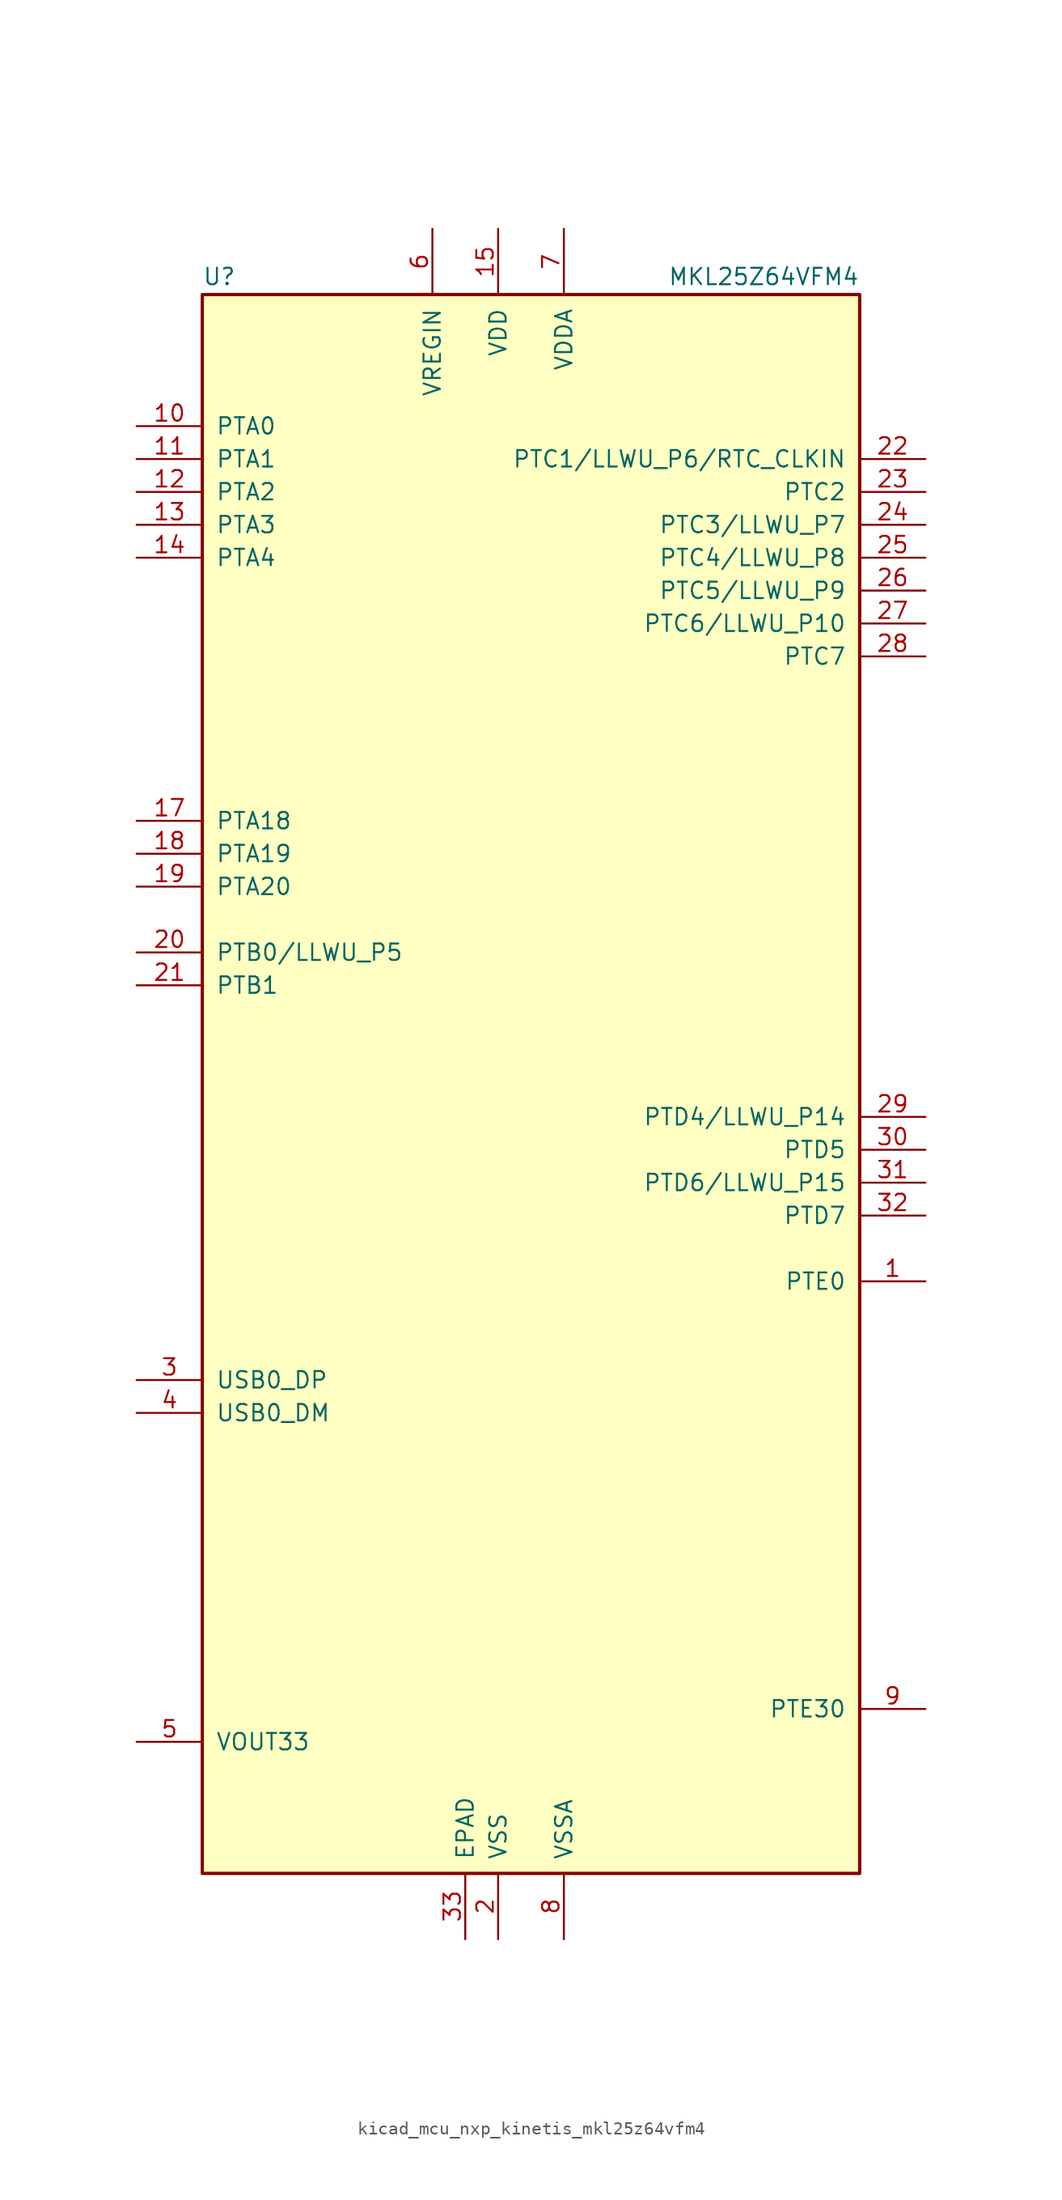
<source format=kicad_sym>
(kicad_symbol_lib
  (version 20220914)
  (generator kicad_symbol_editor)
  (symbol "kicad_mcu_nxp_kinetis_mkl25z64vfm4"
    (pin_names
      (offset 1.016))
    (property "Reference" "U"
      (at -25.4 61.595 0)
      (effects (font (size 1.27 1.27)) (justify left bottom)))
    (property "Value" "MKL25Z64VFM4"
      (at 25.4 61.595 0)
      (effects (font (size 1.27 1.27)) (justify right bottom)))
    (symbol "kicad_mcu_nxp_kinetis_mkl25z64vfm4_0_1"
      (rectangle (start -25.4 60.96) (end 25.4 -60.96) (stroke (width 0.254) (type default)) (fill (type background))))
    (symbol "kicad_mcu_nxp_kinetis_mkl25z64vfm4_1_1"
      (pin bidirectional line (at 30.48 -15.24 180) (length 5.08) (name "PTE0" (effects (font (size 1.27 1.27)))) (number "1" (effects (font (size 1.27 1.27)))))
      (pin bidirectional line (at -30.48 50.8 0) (length 5.08) (name "PTA0" (effects (font (size 1.27 1.27)))) (number "10" (effects (font (size 1.27 1.27)))))
      (pin bidirectional line (at -30.48 48.26 0) (length 5.08) (name "PTA1" (effects (font (size 1.27 1.27)))) (number "11" (effects (font (size 1.27 1.27)))))
      (pin bidirectional line (at -30.48 45.72 0) (length 5.08) (name "PTA2" (effects (font (size 1.27 1.27)))) (number "12" (effects (font (size 1.27 1.27)))))
      (pin bidirectional line (at -30.48 43.18 0) (length 5.08) (name "PTA3" (effects (font (size 1.27 1.27)))) (number "13" (effects (font (size 1.27 1.27)))))
      (pin bidirectional line (at -30.48 40.64 0) (length 5.08) (name "PTA4" (effects (font (size 1.27 1.27)))) (number "14" (effects (font (size 1.27 1.27)))))
      (pin power_in line (at -2.54 66.04 270) (length 5.08) (name "VDD" (effects (font (size 1.27 1.27)))) (number "15" (effects (font (size 1.27 1.27)))))
      (pin passive line (at -2.54 -66.04 90) (length 5.08) hide (name "VSS" (effects (font (size 1.27 1.27)))) (number "16" (effects (font (size 1.27 1.27)))))
      (pin bidirectional line (at -30.48 20.32 0) (length 5.08) (name "PTA18" (effects (font (size 1.27 1.27)))) (number "17" (effects (font (size 1.27 1.27)))))
      (pin bidirectional line (at -30.48 17.78 0) (length 5.08) (name "PTA19" (effects (font (size 1.27 1.27)))) (number "18" (effects (font (size 1.27 1.27)))))
      (pin bidirectional line (at -30.48 15.24 0) (length 5.08) (name "PTA20" (effects (font (size 1.27 1.27)))) (number "19" (effects (font (size 1.27 1.27)))))
      (pin power_in line (at -2.54 -66.04 90) (length 5.08) (name "VSS" (effects (font (size 1.27 1.27)))) (number "2" (effects (font (size 1.27 1.27)))))
      (pin bidirectional line (at -30.48 10.16 0) (length 5.08) (name "PTB0/LLWU_P5" (effects (font (size 1.27 1.27)))) (number "20" (effects (font (size 1.27 1.27)))))
      (pin bidirectional line (at -30.48 7.62 0) (length 5.08) (name "PTB1" (effects (font (size 1.27 1.27)))) (number "21" (effects (font (size 1.27 1.27)))))
      (pin bidirectional line (at 30.48 48.26 180) (length 5.08) (name "PTC1/LLWU_P6/RTC_CLKIN" (effects (font (size 1.27 1.27)))) (number "22" (effects (font (size 1.27 1.27)))))
      (pin bidirectional line (at 30.48 45.72 180) (length 5.08) (name "PTC2" (effects (font (size 1.27 1.27)))) (number "23" (effects (font (size 1.27 1.27)))))
      (pin bidirectional line (at 30.48 43.18 180) (length 5.08) (name "PTC3/LLWU_P7" (effects (font (size 1.27 1.27)))) (number "24" (effects (font (size 1.27 1.27)))))
      (pin bidirectional line (at 30.48 40.64 180) (length 5.08) (name "PTC4/LLWU_P8" (effects (font (size 1.27 1.27)))) (number "25" (effects (font (size 1.27 1.27)))))
      (pin bidirectional line (at 30.48 38.1 180) (length 5.08) (name "PTC5/LLWU_P9" (effects (font (size 1.27 1.27)))) (number "26" (effects (font (size 1.27 1.27)))))
      (pin bidirectional line (at 30.48 35.56 180) (length 5.08) (name "PTC6/LLWU_P10" (effects (font (size 1.27 1.27)))) (number "27" (effects (font (size 1.27 1.27)))))
      (pin bidirectional line (at 30.48 33.02 180) (length 5.08) (name "PTC7" (effects (font (size 1.27 1.27)))) (number "28" (effects (font (size 1.27 1.27)))))
      (pin bidirectional line (at 30.48 -2.54 180) (length 5.08) (name "PTD4/LLWU_P14" (effects (font (size 1.27 1.27)))) (number "29" (effects (font (size 1.27 1.27)))))
      (pin bidirectional line (at -30.48 -22.86 0) (length 5.08) (name "USB0_DP" (effects (font (size 1.27 1.27)))) (number "3" (effects (font (size 1.27 1.27)))))
      (pin bidirectional line (at 30.48 -5.08 180) (length 5.08) (name "PTD5" (effects (font (size 1.27 1.27)))) (number "30" (effects (font (size 1.27 1.27)))))
      (pin bidirectional line (at 30.48 -7.62 180) (length 5.08) (name "PTD6/LLWU_P15" (effects (font (size 1.27 1.27)))) (number "31" (effects (font (size 1.27 1.27)))))
      (pin bidirectional line (at 30.48 -10.16 180) (length 5.08) (name "PTD7" (effects (font (size 1.27 1.27)))) (number "32" (effects (font (size 1.27 1.27)))))
      (pin power_in line (at -5.08 -66.04 90) (length 5.08) (name "EPAD" (effects (font (size 1.27 1.27)))) (number "33" (effects (font (size 1.27 1.27)))))
      (pin bidirectional line (at -30.48 -25.4 0) (length 5.08) (name "USB0_DM" (effects (font (size 1.27 1.27)))) (number "4" (effects (font (size 1.27 1.27)))))
      (pin power_out line (at -30.48 -50.8 0) (length 5.08) (name "VOUT33" (effects (font (size 1.27 1.27)))) (number "5" (effects (font (size 1.27 1.27)))))
      (pin power_in line (at -7.62 66.04 270) (length 5.08) (name "VREGIN" (effects (font (size 1.27 1.27)))) (number "6" (effects (font (size 1.27 1.27)))))
      (pin power_in line (at 2.54 66.04 270) (length 5.08) (name "VDDA" (effects (font (size 1.27 1.27)))) (number "7" (effects (font (size 1.27 1.27)))))
      (pin power_in line (at 2.54 -66.04 90) (length 5.08) (name "VSSA" (effects (font (size 1.27 1.27)))) (number "8" (effects (font (size 1.27 1.27)))))
      (pin bidirectional line (at 30.48 -48.26 180) (length 5.08) (name "PTE30" (effects (font (size 1.27 1.27)))) (number "9" (effects (font (size 1.27 1.27))))))))
</source>
